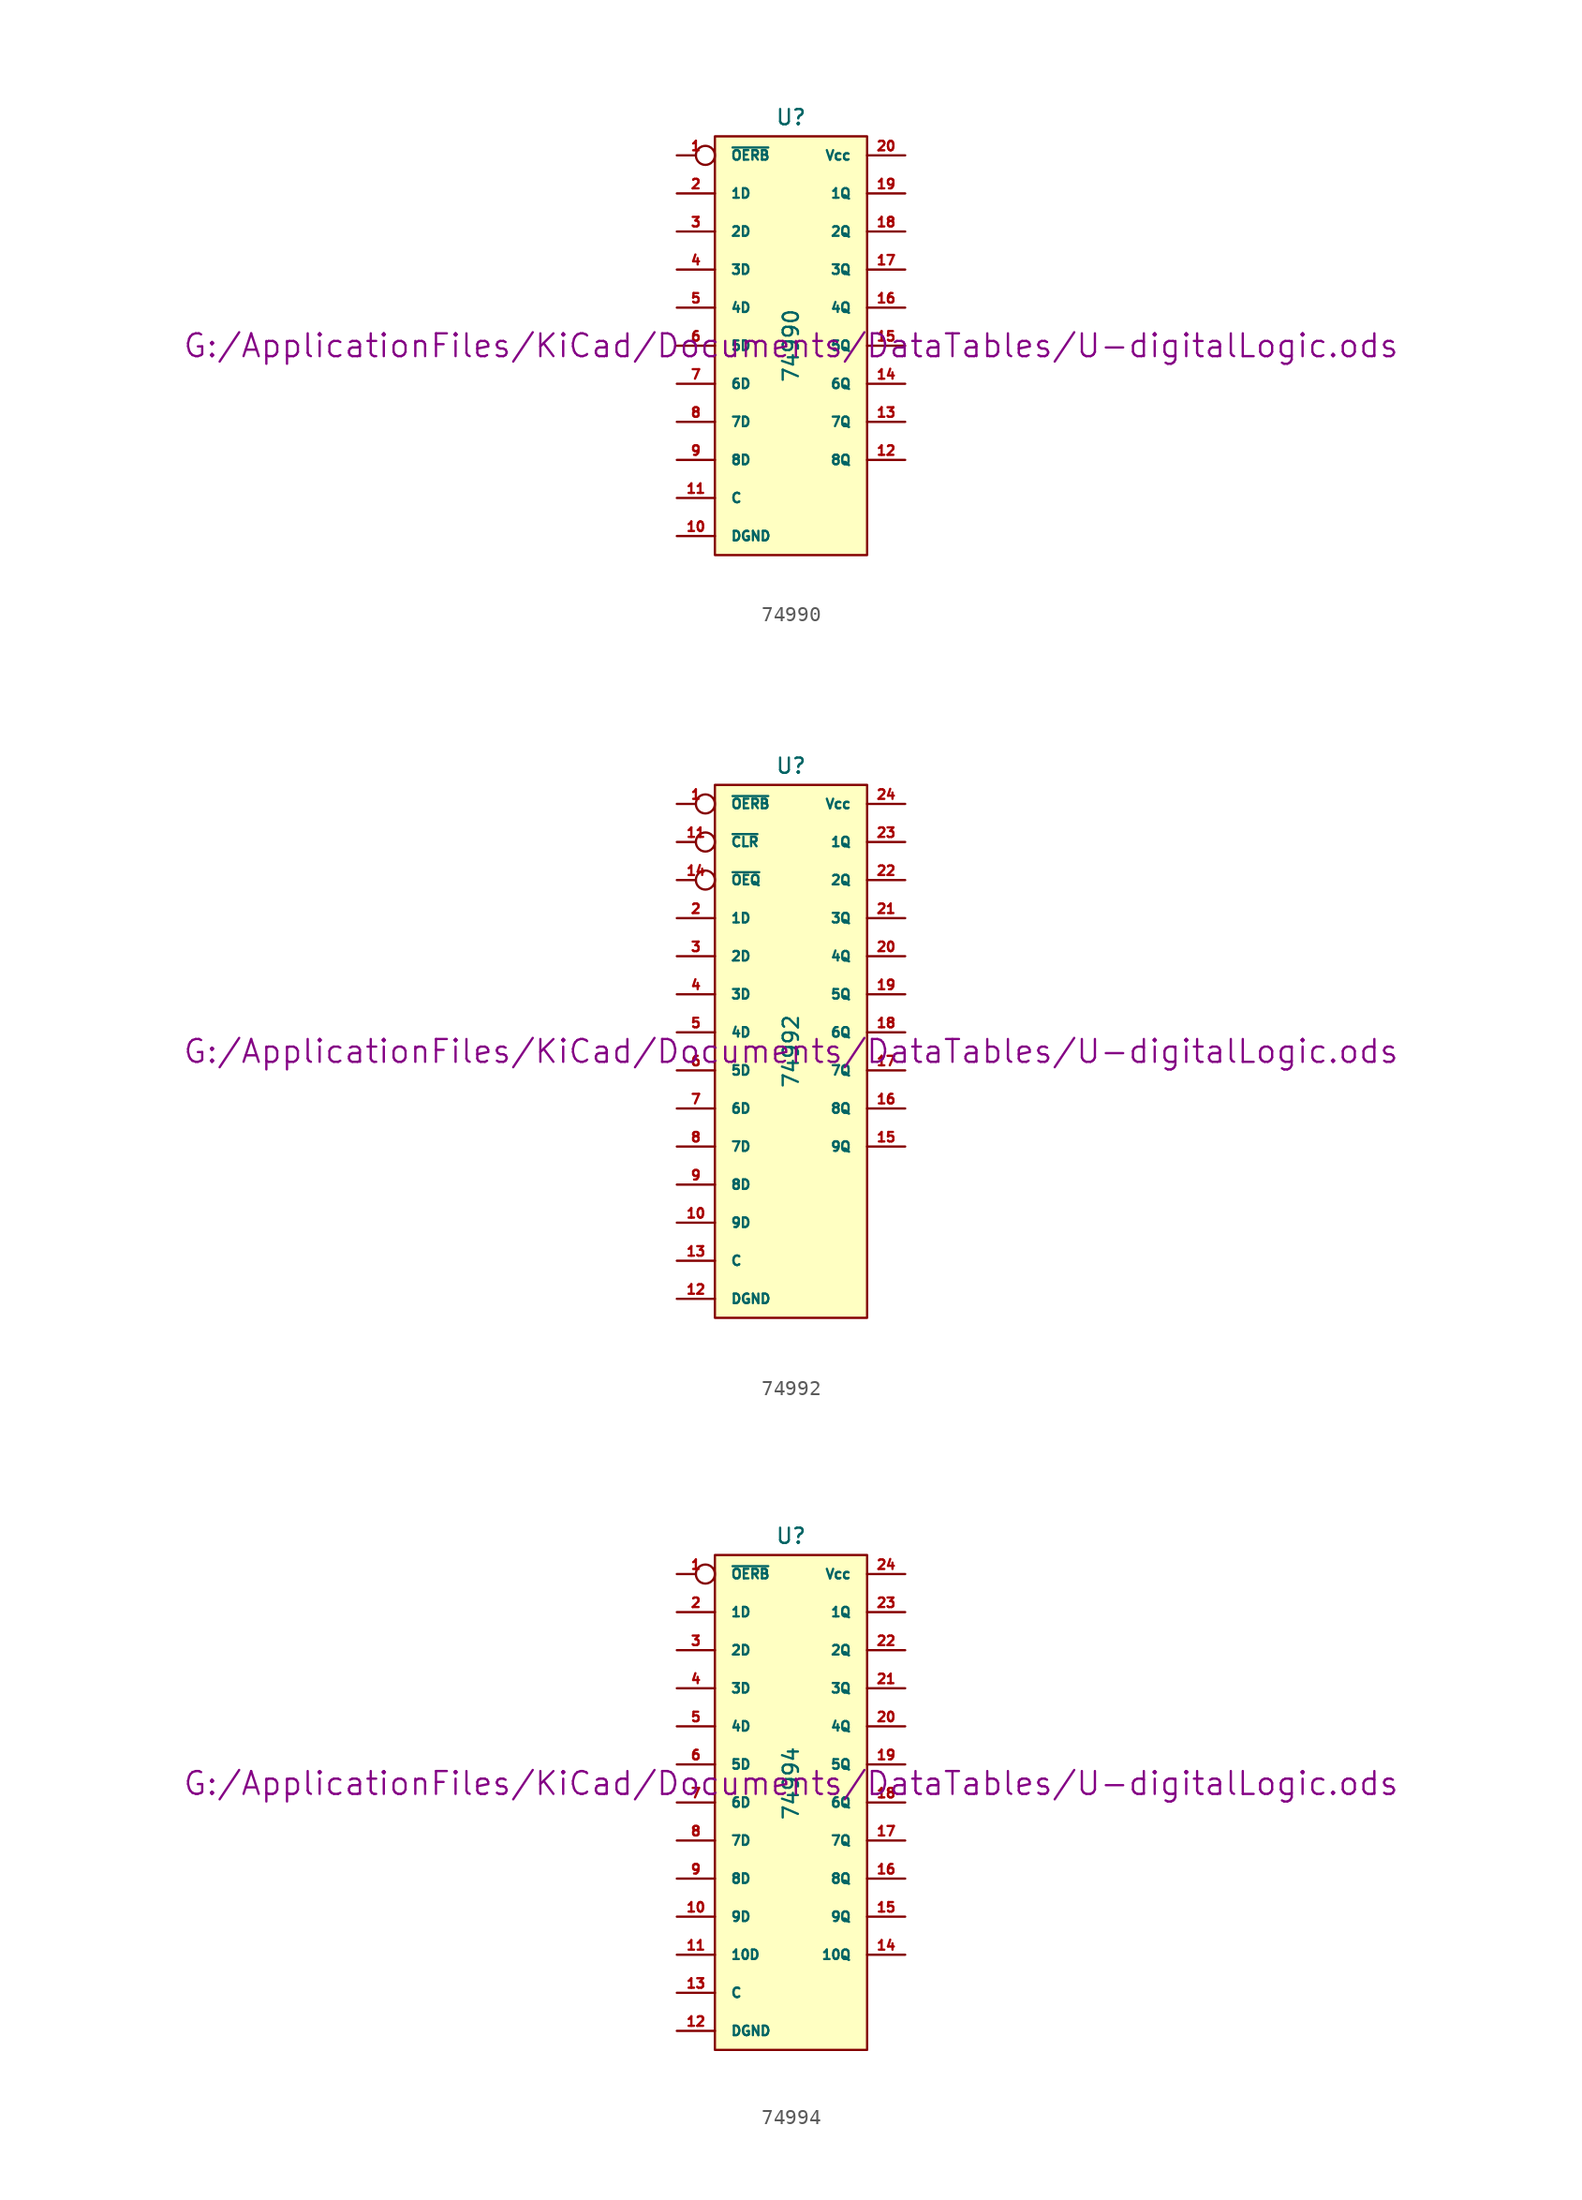
<source format=kicad_sym>
(kicad_symbol_lib
  (version 20211014)
  (generator kicad_symbol_editor)
  (symbol "74990"
    (pin_names
      (offset 1.016))
    (property "Reference" "U"
      (at 0 15.24 0)
      (effects (font (size 1.016 1.016))))
    (property "Value" "74990"
      (at 0 0 90)
      (effects (font (size 1.016 1.016))))
    (property "Footprint" ""
      (at 0 0 0)
      (effects (font (size 1.524 1.524))))
    (property "Datasheet" "G:/ApplicationFiles/KiCad/Documents/DataTables/U-digitalLogic.ods"
      (at 0 0 0)
      (effects (font (size 1.524 1.524))))
    (symbol "74990_0_1"
      (rectangle (start -5.08 13.97) (end 5.08 -13.97) (stroke (width 0) (type default) (color 0 0 0 0)) (fill (type background))))
    (symbol "74990_1_1"
      (pin input inverted (at -7.62 12.7 0) (length 2.54) (name "~{OERB}" (effects (font (size 0.635 0.635)))) (number "1" (effects (font (size 0.635 0.635)))))
      (pin power_in line (at -7.62 -12.7 0) (length 2.54) (name "DGND" (effects (font (size 0.635 0.635)))) (number "10" (effects (font (size 0.635 0.635)))))
      (pin input line (at -7.62 -10.16 0) (length 2.54) (name "C" (effects (font (size 0.635 0.635)))) (number "11" (effects (font (size 0.635 0.635)))))
      (pin output line (at 7.62 -7.62 180) (length 2.54) (name "8Q" (effects (font (size 0.635 0.635)))) (number "12" (effects (font (size 0.635 0.635)))))
      (pin output line (at 7.62 -5.08 180) (length 2.54) (name "7Q" (effects (font (size 0.635 0.635)))) (number "13" (effects (font (size 0.635 0.635)))))
      (pin output line (at 7.62 -2.54 180) (length 2.54) (name "6Q" (effects (font (size 0.635 0.635)))) (number "14" (effects (font (size 0.635 0.635)))))
      (pin output line (at 7.62 0 180) (length 2.54) (name "5Q" (effects (font (size 0.635 0.635)))) (number "15" (effects (font (size 0.635 0.635)))))
      (pin output line (at 7.62 2.54 180) (length 2.54) (name "4Q" (effects (font (size 0.635 0.635)))) (number "16" (effects (font (size 0.635 0.635)))))
      (pin output line (at 7.62 5.08 180) (length 2.54) (name "3Q" (effects (font (size 0.635 0.635)))) (number "17" (effects (font (size 0.635 0.635)))))
      (pin output line (at 7.62 7.62 180) (length 2.54) (name "2Q" (effects (font (size 0.635 0.635)))) (number "18" (effects (font (size 0.635 0.635)))))
      (pin output line (at 7.62 10.16 180) (length 2.54) (name "1Q" (effects (font (size 0.635 0.635)))) (number "19" (effects (font (size 0.635 0.635)))))
      (pin input line (at -7.62 10.16 0) (length 2.54) (name "1D" (effects (font (size 0.635 0.635)))) (number "2" (effects (font (size 0.635 0.635)))))
      (pin power_in line (at 7.62 12.7 180) (length 2.54) (name "Vcc" (effects (font (size 0.635 0.635)))) (number "20" (effects (font (size 0.635 0.635)))))
      (pin input line (at -7.62 7.62 0) (length 2.54) (name "2D" (effects (font (size 0.635 0.635)))) (number "3" (effects (font (size 0.635 0.635)))))
      (pin input line (at -7.62 5.08 0) (length 2.54) (name "3D" (effects (font (size 0.635 0.635)))) (number "4" (effects (font (size 0.635 0.635)))))
      (pin input line (at -7.62 2.54 0) (length 2.54) (name "4D" (effects (font (size 0.635 0.635)))) (number "5" (effects (font (size 0.635 0.635)))))
      (pin input line (at -7.62 0 0) (length 2.54) (name "5D" (effects (font (size 0.635 0.635)))) (number "6" (effects (font (size 0.635 0.635)))))
      (pin input line (at -7.62 -2.54 0) (length 2.54) (name "6D" (effects (font (size 0.635 0.635)))) (number "7" (effects (font (size 0.635 0.635)))))
      (pin input line (at -7.62 -5.08 0) (length 2.54) (name "7D" (effects (font (size 0.635 0.635)))) (number "8" (effects (font (size 0.635 0.635)))))
      (pin input line (at -7.62 -7.62 0) (length 2.54) (name "8D" (effects (font (size 0.635 0.635)))) (number "9" (effects (font (size 0.635 0.635)))))))
  (symbol "74992"
    (pin_names
      (offset 1.016))
    (property "Reference" "U"
      (at 0 19.05 0)
      (effects (font (size 1.016 1.016))))
    (property "Value" "74992"
      (at 0 0 90)
      (effects (font (size 1.016 1.016))))
    (property "Footprint" ""
      (at 0 0 0)
      (effects (font (size 1.524 1.524))))
    (property "Datasheet" "G:/ApplicationFiles/KiCad/Documents/DataTables/U-digitalLogic.ods"
      (at 0 0 0)
      (effects (font (size 1.524 1.524))))
    (symbol "74992_0_1"
      (rectangle (start -5.08 17.78) (end 5.08 -17.78) (stroke (width 0) (type default) (color 0 0 0 0)) (fill (type background))))
    (symbol "74992_1_1"
      (pin input inverted (at -7.62 16.51 0) (length 2.54) (name "~{OERB}" (effects (font (size 0.635 0.635)))) (number "1" (effects (font (size 0.635 0.635)))))
      (pin input line (at -7.62 -11.43 0) (length 2.54) (name "9D" (effects (font (size 0.635 0.635)))) (number "10" (effects (font (size 0.635 0.635)))))
      (pin input inverted (at -7.62 13.97 0) (length 2.54) (name "~{CLR}" (effects (font (size 0.635 0.635)))) (number "11" (effects (font (size 0.635 0.635)))))
      (pin power_in line (at -7.62 -16.51 0) (length 2.54) (name "DGND" (effects (font (size 0.635 0.635)))) (number "12" (effects (font (size 0.635 0.635)))))
      (pin input line (at -7.62 -13.97 0) (length 2.54) (name "C" (effects (font (size 0.635 0.635)))) (number "13" (effects (font (size 0.635 0.635)))))
      (pin input inverted (at -7.62 11.43 0) (length 2.54) (name "~{OEQ}" (effects (font (size 0.635 0.635)))) (number "14" (effects (font (size 0.635 0.635)))))
      (pin tri_state line (at 7.62 -6.35 180) (length 2.54) (name "9Q" (effects (font (size 0.635 0.635)))) (number "15" (effects (font (size 0.635 0.635)))))
      (pin tri_state line (at 7.62 -3.81 180) (length 2.54) (name "8Q" (effects (font (size 0.635 0.635)))) (number "16" (effects (font (size 0.635 0.635)))))
      (pin tri_state line (at 7.62 -1.27 180) (length 2.54) (name "7Q" (effects (font (size 0.635 0.635)))) (number "17" (effects (font (size 0.635 0.635)))))
      (pin tri_state line (at 7.62 1.27 180) (length 2.54) (name "6Q" (effects (font (size 0.635 0.635)))) (number "18" (effects (font (size 0.635 0.635)))))
      (pin tri_state line (at 7.62 3.81 180) (length 2.54) (name "5Q" (effects (font (size 0.635 0.635)))) (number "19" (effects (font (size 0.635 0.635)))))
      (pin input line (at -7.62 8.89 0) (length 2.54) (name "1D" (effects (font (size 0.635 0.635)))) (number "2" (effects (font (size 0.635 0.635)))))
      (pin tri_state line (at 7.62 6.35 180) (length 2.54) (name "4Q" (effects (font (size 0.635 0.635)))) (number "20" (effects (font (size 0.635 0.635)))))
      (pin tri_state line (at 7.62 8.89 180) (length 2.54) (name "3Q" (effects (font (size 0.635 0.635)))) (number "21" (effects (font (size 0.635 0.635)))))
      (pin tri_state line (at 7.62 11.43 180) (length 2.54) (name "2Q" (effects (font (size 0.635 0.635)))) (number "22" (effects (font (size 0.635 0.635)))))
      (pin tri_state line (at 7.62 13.97 180) (length 2.54) (name "1Q" (effects (font (size 0.635 0.635)))) (number "23" (effects (font (size 0.635 0.635)))))
      (pin power_in line (at 7.62 16.51 180) (length 2.54) (name "Vcc" (effects (font (size 0.635 0.635)))) (number "24" (effects (font (size 0.635 0.635)))))
      (pin input line (at -7.62 6.35 0) (length 2.54) (name "2D" (effects (font (size 0.635 0.635)))) (number "3" (effects (font (size 0.635 0.635)))))
      (pin input line (at -7.62 3.81 0) (length 2.54) (name "3D" (effects (font (size 0.635 0.635)))) (number "4" (effects (font (size 0.635 0.635)))))
      (pin input line (at -7.62 1.27 0) (length 2.54) (name "4D" (effects (font (size 0.635 0.635)))) (number "5" (effects (font (size 0.635 0.635)))))
      (pin input line (at -7.62 -1.27 0) (length 2.54) (name "5D" (effects (font (size 0.635 0.635)))) (number "6" (effects (font (size 0.635 0.635)))))
      (pin input line (at -7.62 -3.81 0) (length 2.54) (name "6D" (effects (font (size 0.635 0.635)))) (number "7" (effects (font (size 0.635 0.635)))))
      (pin input line (at -7.62 -6.35 0) (length 2.54) (name "7D" (effects (font (size 0.635 0.635)))) (number "8" (effects (font (size 0.635 0.635)))))
      (pin input line (at -7.62 -8.89 0) (length 2.54) (name "8D" (effects (font (size 0.635 0.635)))) (number "9" (effects (font (size 0.635 0.635)))))))
  (symbol "74994"
    (pin_names
      (offset 1.016))
    (property "Reference" "U"
      (at 0 16.51 0)
      (effects (font (size 1.016 1.016))))
    (property "Value" "74994"
      (at 0 0 90)
      (effects (font (size 1.016 1.016))))
    (property "Footprint" ""
      (at 0 0 0)
      (effects (font (size 1.524 1.524))))
    (property "Datasheet" "G:/ApplicationFiles/KiCad/Documents/DataTables/U-digitalLogic.ods"
      (at 0 0 0)
      (effects (font (size 1.524 1.524))))
    (symbol "74994_0_1"
      (rectangle (start -5.08 15.24) (end 5.08 -17.78) (stroke (width 0) (type default) (color 0 0 0 0)) (fill (type background))))
    (symbol "74994_1_1"
      (pin input inverted (at -7.62 13.97 0) (length 2.54) (name "~{OERB}" (effects (font (size 0.635 0.635)))) (number "1" (effects (font (size 0.635 0.635)))))
      (pin input line (at -7.62 -8.89 0) (length 2.54) (name "9D" (effects (font (size 0.635 0.635)))) (number "10" (effects (font (size 0.635 0.635)))))
      (pin input line (at -7.62 -11.43 0) (length 2.54) (name "10D" (effects (font (size 0.635 0.635)))) (number "11" (effects (font (size 0.635 0.635)))))
      (pin power_in line (at -7.62 -16.51 0) (length 2.54) (name "DGND" (effects (font (size 0.635 0.635)))) (number "12" (effects (font (size 0.635 0.635)))))
      (pin input line (at -7.62 -13.97 0) (length 2.54) (name "C" (effects (font (size 0.635 0.635)))) (number "13" (effects (font (size 0.635 0.635)))))
      (pin output line (at 7.62 -11.43 180) (length 2.54) (name "10Q" (effects (font (size 0.635 0.635)))) (number "14" (effects (font (size 0.635 0.635)))))
      (pin output line (at 7.62 -8.89 180) (length 2.54) (name "9Q" (effects (font (size 0.635 0.635)))) (number "15" (effects (font (size 0.635 0.635)))))
      (pin output line (at 7.62 -6.35 180) (length 2.54) (name "8Q" (effects (font (size 0.635 0.635)))) (number "16" (effects (font (size 0.635 0.635)))))
      (pin output line (at 7.62 -3.81 180) (length 2.54) (name "7Q" (effects (font (size 0.635 0.635)))) (number "17" (effects (font (size 0.635 0.635)))))
      (pin output line (at 7.62 -1.27 180) (length 2.54) (name "6Q" (effects (font (size 0.635 0.635)))) (number "18" (effects (font (size 0.635 0.635)))))
      (pin output line (at 7.62 1.27 180) (length 2.54) (name "5Q" (effects (font (size 0.635 0.635)))) (number "19" (effects (font (size 0.635 0.635)))))
      (pin input line (at -7.62 11.43 0) (length 2.54) (name "1D" (effects (font (size 0.635 0.635)))) (number "2" (effects (font (size 0.635 0.635)))))
      (pin output line (at 7.62 3.81 180) (length 2.54) (name "4Q" (effects (font (size 0.635 0.635)))) (number "20" (effects (font (size 0.635 0.635)))))
      (pin output line (at 7.62 6.35 180) (length 2.54) (name "3Q" (effects (font (size 0.635 0.635)))) (number "21" (effects (font (size 0.635 0.635)))))
      (pin output line (at 7.62 8.89 180) (length 2.54) (name "2Q" (effects (font (size 0.635 0.635)))) (number "22" (effects (font (size 0.635 0.635)))))
      (pin output line (at 7.62 11.43 180) (length 2.54) (name "1Q" (effects (font (size 0.635 0.635)))) (number "23" (effects (font (size 0.635 0.635)))))
      (pin power_in line (at 7.62 13.97 180) (length 2.54) (name "Vcc" (effects (font (size 0.635 0.635)))) (number "24" (effects (font (size 0.635 0.635)))))
      (pin input line (at -7.62 8.89 0) (length 2.54) (name "2D" (effects (font (size 0.635 0.635)))) (number "3" (effects (font (size 0.635 0.635)))))
      (pin input line (at -7.62 6.35 0) (length 2.54) (name "3D" (effects (font (size 0.635 0.635)))) (number "4" (effects (font (size 0.635 0.635)))))
      (pin input line (at -7.62 3.81 0) (length 2.54) (name "4D" (effects (font (size 0.635 0.635)))) (number "5" (effects (font (size 0.635 0.635)))))
      (pin input line (at -7.62 1.27 0) (length 2.54) (name "5D" (effects (font (size 0.635 0.635)))) (number "6" (effects (font (size 0.635 0.635)))))
      (pin input line (at -7.62 -1.27 0) (length 2.54) (name "6D" (effects (font (size 0.635 0.635)))) (number "7" (effects (font (size 0.635 0.635)))))
      (pin input line (at -7.62 -3.81 0) (length 2.54) (name "7D" (effects (font (size 0.635 0.635)))) (number "8" (effects (font (size 0.635 0.635)))))
      (pin input line (at -7.62 -6.35 0) (length 2.54) (name "8D" (effects (font (size 0.635 0.635)))) (number "9" (effects (font (size 0.635 0.635))))))))
</source>
